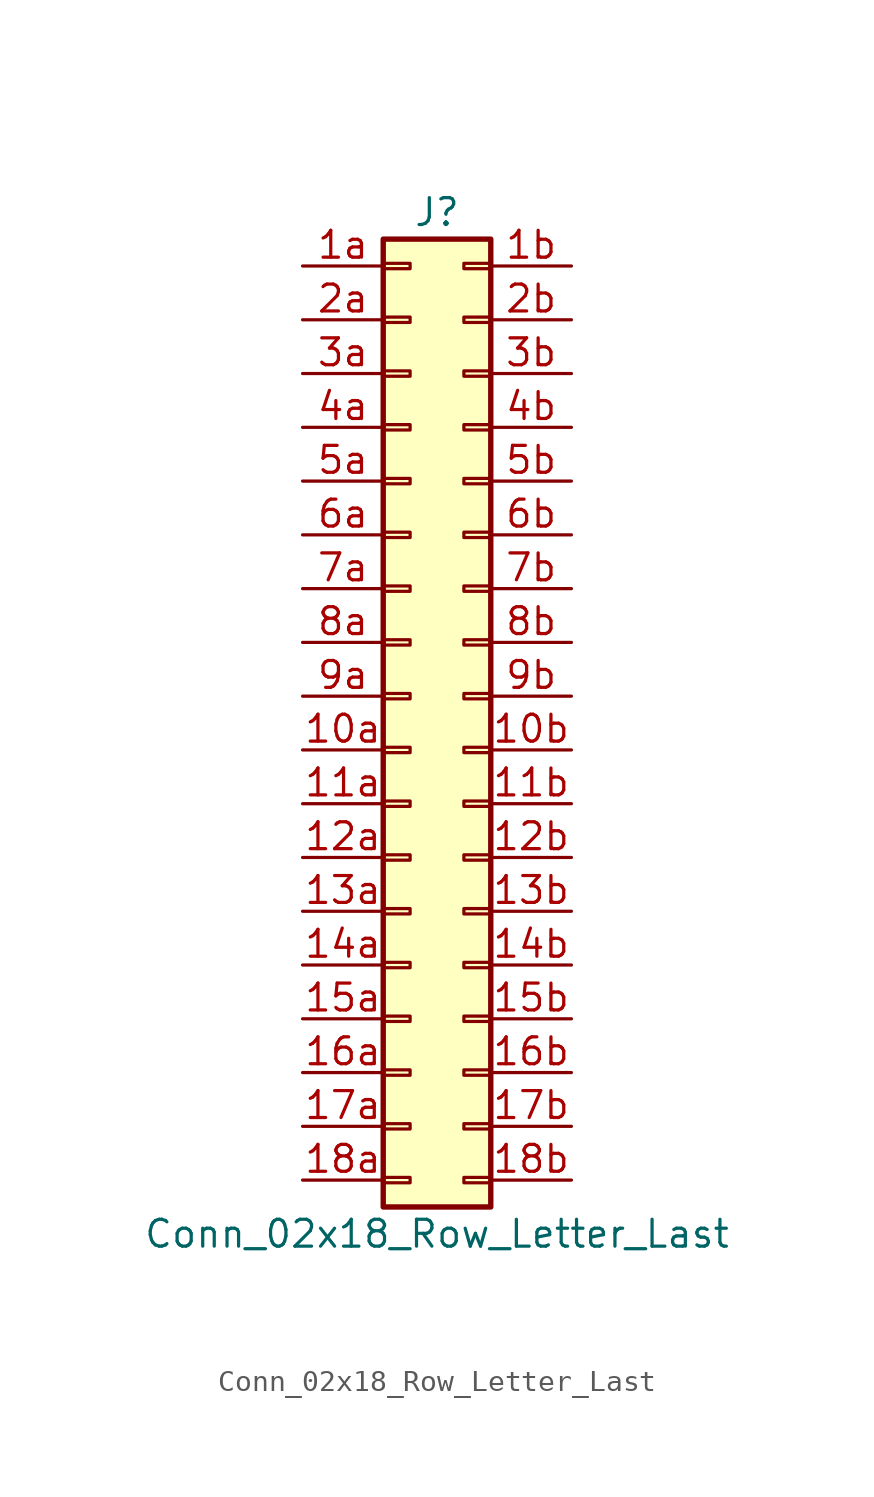
<source format=kicad_sym>
(kicad_symbol_lib
  (version 20220914)
  (generator kicad_symbol_editor)
  (symbol "Conn_02x18_Row_Letter_Last"
    (pin_names
      (offset 1.016) hide)
    (property "Reference" "J"
      (at 1.27 22.86 0)
      (effects (font (size 1.27 1.27))))
    (property "Value" "Conn_02x18_Row_Letter_Last"
      (at 1.27 -25.4 0)
      (effects (font (size 1.27 1.27))))
    (symbol "Conn_02x18_Row_Letter_Last_1_1"
      (rectangle (start -1.27 -22.733) (end 0 -22.987) (stroke (width 0.152) (type default)) (fill (type none)))
      (rectangle (start -1.27 -20.193) (end 0 -20.447) (stroke (width 0.152) (type default)) (fill (type none)))
      (rectangle (start -1.27 -17.653) (end 0 -17.907) (stroke (width 0.152) (type default)) (fill (type none)))
      (rectangle (start -1.27 -15.113) (end 0 -15.367) (stroke (width 0.152) (type default)) (fill (type none)))
      (rectangle (start -1.27 -12.573) (end 0 -12.827) (stroke (width 0.152) (type default)) (fill (type none)))
      (rectangle (start -1.27 -10.033) (end 0 -10.287) (stroke (width 0.152) (type default)) (fill (type none)))
      (rectangle (start -1.27 -7.493) (end 0 -7.747) (stroke (width 0.152) (type default)) (fill (type none)))
      (rectangle (start -1.27 -4.953) (end 0 -5.207) (stroke (width 0.152) (type default)) (fill (type none)))
      (rectangle (start -1.27 -2.413) (end 0 -2.667) (stroke (width 0.152) (type default)) (fill (type none)))
      (rectangle (start -1.27 0.127) (end 0 -0.127) (stroke (width 0.152) (type default)) (fill (type none)))
      (rectangle (start -1.27 2.667) (end 0 2.413) (stroke (width 0.152) (type default)) (fill (type none)))
      (rectangle (start -1.27 5.207) (end 0 4.953) (stroke (width 0.152) (type default)) (fill (type none)))
      (rectangle (start -1.27 7.747) (end 0 7.493) (stroke (width 0.152) (type default)) (fill (type none)))
      (rectangle (start -1.27 10.287) (end 0 10.033) (stroke (width 0.152) (type default)) (fill (type none)))
      (rectangle (start -1.27 12.827) (end 0 12.573) (stroke (width 0.152) (type default)) (fill (type none)))
      (rectangle (start -1.27 15.367) (end 0 15.113) (stroke (width 0.152) (type default)) (fill (type none)))
      (rectangle (start -1.27 17.907) (end 0 17.653) (stroke (width 0.152) (type default)) (fill (type none)))
      (rectangle (start -1.27 20.447) (end 0 20.193) (stroke (width 0.152) (type default)) (fill (type none)))
      (rectangle (start -1.27 21.59) (end 3.81 -24.13) (stroke (width 0.254) (type default)) (fill (type background)))
      (rectangle (start 3.81 -22.733) (end 2.54 -22.987) (stroke (width 0.152) (type default)) (fill (type none)))
      (rectangle (start 3.81 -20.193) (end 2.54 -20.447) (stroke (width 0.152) (type default)) (fill (type none)))
      (rectangle (start 3.81 -17.653) (end 2.54 -17.907) (stroke (width 0.152) (type default)) (fill (type none)))
      (rectangle (start 3.81 -15.113) (end 2.54 -15.367) (stroke (width 0.152) (type default)) (fill (type none)))
      (rectangle (start 3.81 -12.573) (end 2.54 -12.827) (stroke (width 0.152) (type default)) (fill (type none)))
      (rectangle (start 3.81 -10.033) (end 2.54 -10.287) (stroke (width 0.152) (type default)) (fill (type none)))
      (rectangle (start 3.81 -7.493) (end 2.54 -7.747) (stroke (width 0.152) (type default)) (fill (type none)))
      (rectangle (start 3.81 -4.953) (end 2.54 -5.207) (stroke (width 0.152) (type default)) (fill (type none)))
      (rectangle (start 3.81 -2.413) (end 2.54 -2.667) (stroke (width 0.152) (type default)) (fill (type none)))
      (rectangle (start 3.81 0.127) (end 2.54 -0.127) (stroke (width 0.152) (type default)) (fill (type none)))
      (rectangle (start 3.81 2.667) (end 2.54 2.413) (stroke (width 0.152) (type default)) (fill (type none)))
      (rectangle (start 3.81 5.207) (end 2.54 4.953) (stroke (width 0.152) (type default)) (fill (type none)))
      (rectangle (start 3.81 7.747) (end 2.54 7.493) (stroke (width 0.152) (type default)) (fill (type none)))
      (rectangle (start 3.81 10.287) (end 2.54 10.033) (stroke (width 0.152) (type default)) (fill (type none)))
      (rectangle (start 3.81 12.827) (end 2.54 12.573) (stroke (width 0.152) (type default)) (fill (type none)))
      (rectangle (start 3.81 15.367) (end 2.54 15.113) (stroke (width 0.152) (type default)) (fill (type none)))
      (rectangle (start 3.81 17.907) (end 2.54 17.653) (stroke (width 0.152) (type default)) (fill (type none)))
      (rectangle (start 3.81 20.447) (end 2.54 20.193) (stroke (width 0.152) (type default)) (fill (type none)))
      (pin passive line (at -5.08 -2.54 0) (length 3.81) (name "Pin_10a" (effects (font (size 1.27 1.27)))) (number "10a" (effects (font (size 1.27 1.27)))))
      (pin passive line (at 7.62 -2.54 180) (length 3.81) (name "Pin_10b" (effects (font (size 1.27 1.27)))) (number "10b" (effects (font (size 1.27 1.27)))))
      (pin passive line (at -5.08 -5.08 0) (length 3.81) (name "Pin_11a" (effects (font (size 1.27 1.27)))) (number "11a" (effects (font (size 1.27 1.27)))))
      (pin passive line (at 7.62 -5.08 180) (length 3.81) (name "Pin_11b" (effects (font (size 1.27 1.27)))) (number "11b" (effects (font (size 1.27 1.27)))))
      (pin passive line (at -5.08 -7.62 0) (length 3.81) (name "Pin_12a" (effects (font (size 1.27 1.27)))) (number "12a" (effects (font (size 1.27 1.27)))))
      (pin passive line (at 7.62 -7.62 180) (length 3.81) (name "Pin_12b" (effects (font (size 1.27 1.27)))) (number "12b" (effects (font (size 1.27 1.27)))))
      (pin passive line (at -5.08 -10.16 0) (length 3.81) (name "Pin_13a" (effects (font (size 1.27 1.27)))) (number "13a" (effects (font (size 1.27 1.27)))))
      (pin passive line (at 7.62 -10.16 180) (length 3.81) (name "Pin_13b" (effects (font (size 1.27 1.27)))) (number "13b" (effects (font (size 1.27 1.27)))))
      (pin passive line (at -5.08 -12.7 0) (length 3.81) (name "Pin_14a" (effects (font (size 1.27 1.27)))) (number "14a" (effects (font (size 1.27 1.27)))))
      (pin passive line (at 7.62 -12.7 180) (length 3.81) (name "Pin_14b" (effects (font (size 1.27 1.27)))) (number "14b" (effects (font (size 1.27 1.27)))))
      (pin passive line (at -5.08 -15.24 0) (length 3.81) (name "Pin_15a" (effects (font (size 1.27 1.27)))) (number "15a" (effects (font (size 1.27 1.27)))))
      (pin passive line (at 7.62 -15.24 180) (length 3.81) (name "Pin_15b" (effects (font (size 1.27 1.27)))) (number "15b" (effects (font (size 1.27 1.27)))))
      (pin passive line (at -5.08 -17.78 0) (length 3.81) (name "Pin_16a" (effects (font (size 1.27 1.27)))) (number "16a" (effects (font (size 1.27 1.27)))))
      (pin passive line (at 7.62 -17.78 180) (length 3.81) (name "Pin_16b" (effects (font (size 1.27 1.27)))) (number "16b" (effects (font (size 1.27 1.27)))))
      (pin passive line (at -5.08 -20.32 0) (length 3.81) (name "Pin_17a" (effects (font (size 1.27 1.27)))) (number "17a" (effects (font (size 1.27 1.27)))))
      (pin passive line (at 7.62 -20.32 180) (length 3.81) (name "Pin_17b" (effects (font (size 1.27 1.27)))) (number "17b" (effects (font (size 1.27 1.27)))))
      (pin passive line (at -5.08 -22.86 0) (length 3.81) (name "Pin_18a" (effects (font (size 1.27 1.27)))) (number "18a" (effects (font (size 1.27 1.27)))))
      (pin passive line (at 7.62 -22.86 180) (length 3.81) (name "Pin_18b" (effects (font (size 1.27 1.27)))) (number "18b" (effects (font (size 1.27 1.27)))))
      (pin passive line (at -5.08 20.32 0) (length 3.81) (name "Pin_1a" (effects (font (size 1.27 1.27)))) (number "1a" (effects (font (size 1.27 1.27)))))
      (pin passive line (at 7.62 20.32 180) (length 3.81) (name "Pin_1b" (effects (font (size 1.27 1.27)))) (number "1b" (effects (font (size 1.27 1.27)))))
      (pin passive line (at -5.08 17.78 0) (length 3.81) (name "Pin_2a" (effects (font (size 1.27 1.27)))) (number "2a" (effects (font (size 1.27 1.27)))))
      (pin passive line (at 7.62 17.78 180) (length 3.81) (name "Pin_2b" (effects (font (size 1.27 1.27)))) (number "2b" (effects (font (size 1.27 1.27)))))
      (pin passive line (at -5.08 15.24 0) (length 3.81) (name "Pin_3a" (effects (font (size 1.27 1.27)))) (number "3a" (effects (font (size 1.27 1.27)))))
      (pin passive line (at 7.62 15.24 180) (length 3.81) (name "Pin_3b" (effects (font (size 1.27 1.27)))) (number "3b" (effects (font (size 1.27 1.27)))))
      (pin passive line (at -5.08 12.7 0) (length 3.81) (name "Pin_4a" (effects (font (size 1.27 1.27)))) (number "4a" (effects (font (size 1.27 1.27)))))
      (pin passive line (at 7.62 12.7 180) (length 3.81) (name "Pin_4b" (effects (font (size 1.27 1.27)))) (number "4b" (effects (font (size 1.27 1.27)))))
      (pin passive line (at -5.08 10.16 0) (length 3.81) (name "Pin_5a" (effects (font (size 1.27 1.27)))) (number "5a" (effects (font (size 1.27 1.27)))))
      (pin passive line (at 7.62 10.16 180) (length 3.81) (name "Pin_5b" (effects (font (size 1.27 1.27)))) (number "5b" (effects (font (size 1.27 1.27)))))
      (pin passive line (at -5.08 7.62 0) (length 3.81) (name "Pin_6a" (effects (font (size 1.27 1.27)))) (number "6a" (effects (font (size 1.27 1.27)))))
      (pin passive line (at 7.62 7.62 180) (length 3.81) (name "Pin_6b" (effects (font (size 1.27 1.27)))) (number "6b" (effects (font (size 1.27 1.27)))))
      (pin passive line (at -5.08 5.08 0) (length 3.81) (name "Pin_7a" (effects (font (size 1.27 1.27)))) (number "7a" (effects (font (size 1.27 1.27)))))
      (pin passive line (at 7.62 5.08 180) (length 3.81) (name "Pin_7b" (effects (font (size 1.27 1.27)))) (number "7b" (effects (font (size 1.27 1.27)))))
      (pin passive line (at -5.08 2.54 0) (length 3.81) (name "Pin_8a" (effects (font (size 1.27 1.27)))) (number "8a" (effects (font (size 1.27 1.27)))))
      (pin passive line (at 7.62 2.54 180) (length 3.81) (name "Pin_8b" (effects (font (size 1.27 1.27)))) (number "8b" (effects (font (size 1.27 1.27)))))
      (pin passive line (at -5.08 0 0) (length 3.81) (name "Pin_9a" (effects (font (size 1.27 1.27)))) (number "9a" (effects (font (size 1.27 1.27)))))
      (pin passive line (at 7.62 0 180) (length 3.81) (name "Pin_9b" (effects (font (size 1.27 1.27)))) (number "9b" (effects (font (size 1.27 1.27))))))))
</source>
